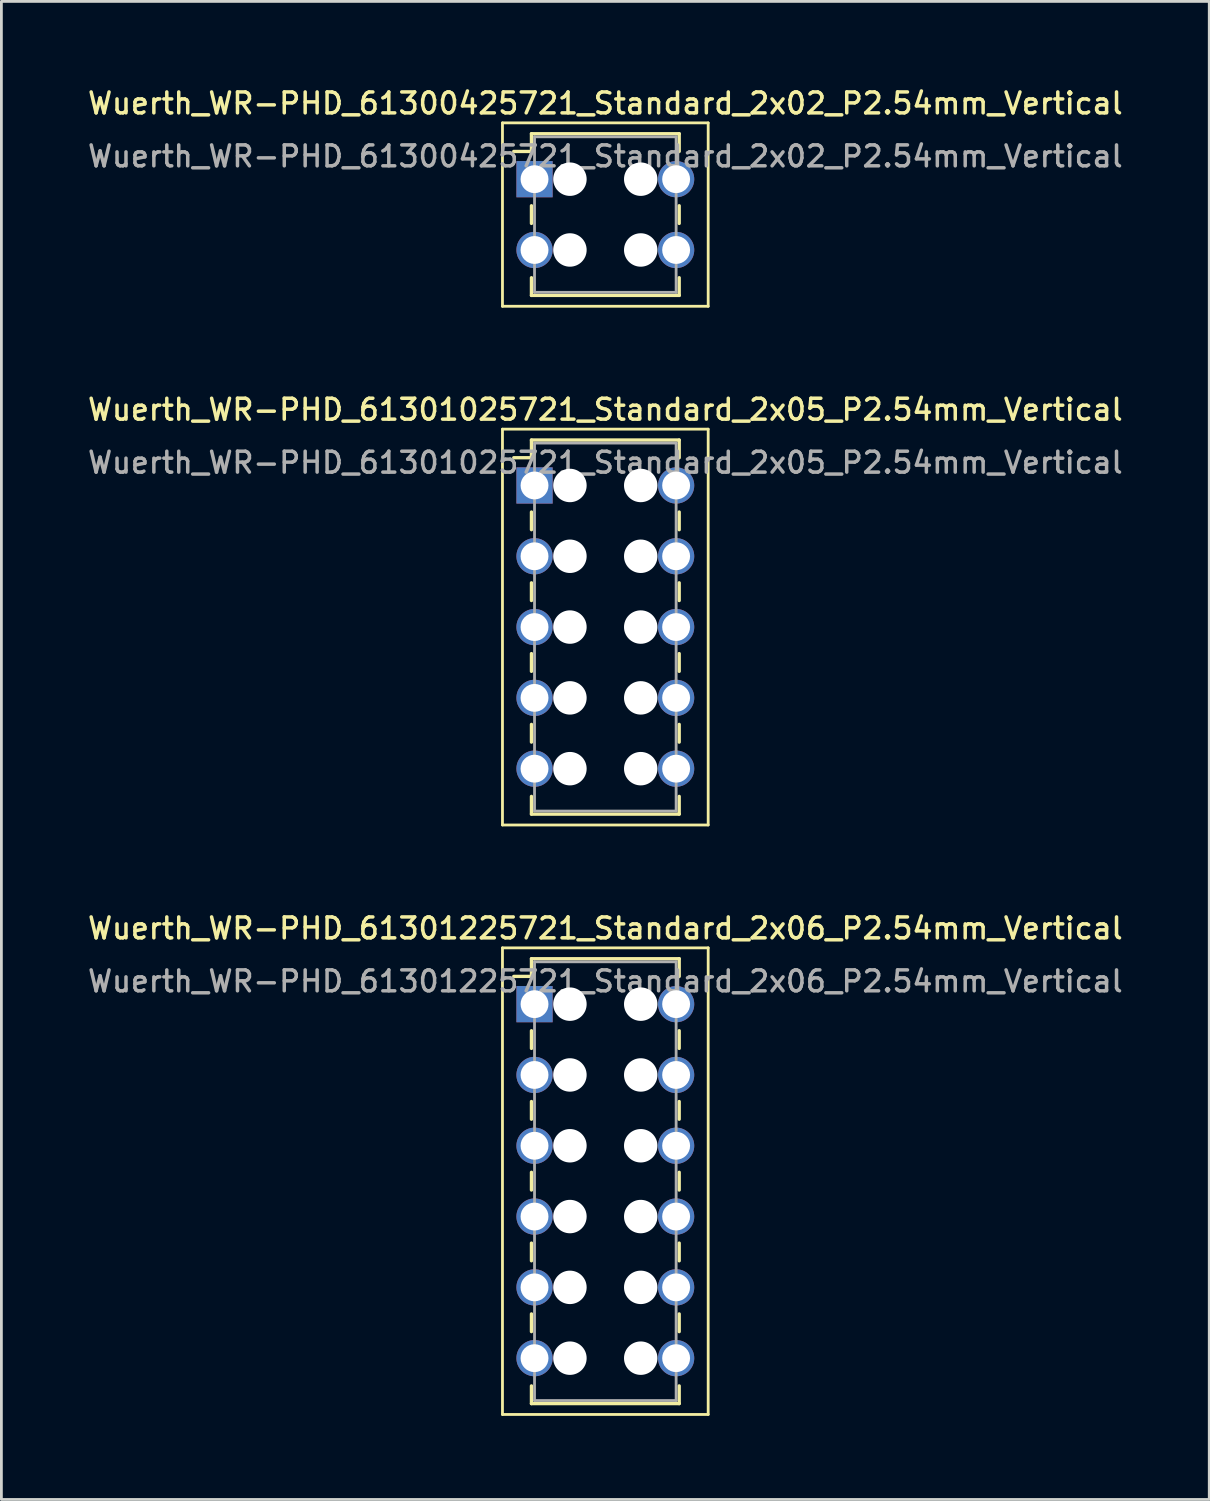
<source format=kicad_pcb>
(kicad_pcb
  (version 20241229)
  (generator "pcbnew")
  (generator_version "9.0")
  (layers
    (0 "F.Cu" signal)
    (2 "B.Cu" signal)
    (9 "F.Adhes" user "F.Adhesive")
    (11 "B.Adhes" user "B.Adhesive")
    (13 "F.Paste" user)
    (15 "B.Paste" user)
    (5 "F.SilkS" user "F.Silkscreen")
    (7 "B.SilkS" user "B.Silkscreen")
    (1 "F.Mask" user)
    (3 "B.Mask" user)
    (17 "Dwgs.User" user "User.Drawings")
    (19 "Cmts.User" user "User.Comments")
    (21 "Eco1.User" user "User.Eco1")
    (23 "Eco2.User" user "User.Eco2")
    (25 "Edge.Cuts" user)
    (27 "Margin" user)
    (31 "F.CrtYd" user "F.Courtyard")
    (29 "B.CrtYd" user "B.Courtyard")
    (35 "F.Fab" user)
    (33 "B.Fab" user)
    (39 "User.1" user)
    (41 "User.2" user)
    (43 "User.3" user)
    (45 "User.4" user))
  (footprint "Wuerth_WR-PHD_61301025721_Standard_2x05_P2.54mm_Vertical"
    (layer "F.Cu")
    (at 16.126 14.366)
    (property "Reference" "Wuerth_WR-PHD_61301025721_Standard_2x05_P2.54mm_Vertical" (at 2.54 -2.72 0) (layer "F.SilkS") (effects (font (size 0.75 0.75) (thickness 0.125))))
    (attr through_hole)
    (fp_line (start -1.15 -2.02) (end -1.15 12.18) (stroke (width 0.1) (type solid)) (layer "F.SilkS"))
    (fp_line (start -1.15 12.18) (end 6.23 12.18) (stroke (width 0.1) (type solid)) (layer "F.SilkS"))
    (fp_line (start -0.11 -1.63) (end -0.11 -0.995) (stroke (width 0.12) (type solid)) (layer "F.SilkS"))
    (fp_line (start -0.11 -1.63) (end 5.19 -1.63) (stroke (width 0.12) (type solid)) (layer "F.SilkS"))
    (fp_line (start -0.11 -0.995) (end -0.745 -0.995) (stroke (width 0.12) (type solid)) (layer "F.SilkS"))
    (fp_line (start -0.11 0.953) (end -0.11 1.587) (stroke (width 0.12) (type solid)) (layer "F.SilkS"))
    (fp_line (start -0.11 3.493) (end -0.11 4.128) (stroke (width 0.12) (type solid)) (layer "F.SilkS"))
    (fp_line (start -0.11 6.032) (end -0.11 6.668) (stroke (width 0.12) (type solid)) (layer "F.SilkS"))
    (fp_line (start -0.11 8.572) (end -0.11 9.207) (stroke (width 0.12) (type solid)) (layer "F.SilkS"))
    (fp_line (start -0.11 11.79) (end -0.11 11.155) (stroke (width 0.12) (type solid)) (layer "F.SilkS"))
    (fp_line (start -0.11 11.79) (end 5.19 11.79) (stroke (width 0.12) (type solid)) (layer "F.SilkS"))
    (fp_line (start 5.19 -1.63) (end 5.19 -0.995) (stroke (width 0.12) (type solid)) (layer "F.SilkS"))
    (fp_line (start 5.19 0.953) (end 5.19 1.587) (stroke (width 0.12) (type solid)) (layer "F.SilkS"))
    (fp_line (start 5.19 3.493) (end 5.19 4.128) (stroke (width 0.12) (type solid)) (layer "F.SilkS"))
    (fp_line (start 5.19 6.032) (end 5.19 6.668) (stroke (width 0.12) (type solid)) (layer "F.SilkS"))
    (fp_line (start 5.19 8.572) (end 5.19 9.207) (stroke (width 0.12) (type solid)) (layer "F.SilkS"))
    (fp_line (start 5.19 11.79) (end 5.19 11.155) (stroke (width 0.12) (type solid)) (layer "F.SilkS"))
    (fp_line (start 6.23 -2.02) (end -1.15 -2.02) (stroke (width 0.1) (type solid)) (layer "F.SilkS"))
    (fp_line (start 6.23 12.18) (end 6.23 -2.02) (stroke (width 0.1) (type solid)) (layer "F.SilkS"))
    (fp_line (start 0 -1.52) (end 0 11.68) (stroke (width 0.1) (type solid)) (layer "F.Fab"))
    (fp_line (start 0 11.68) (end 5.08 11.68) (stroke (width 0.1) (type solid)) (layer "F.Fab"))
    (fp_line (start 5.08 -1.52) (end 0 -1.52) (stroke (width 0.1) (type solid)) (layer "F.Fab"))
    (fp_line (start 5.08 11.68) (end 5.08 -1.52) (stroke (width 0.1) (type solid)) (layer "F.Fab"))
    (fp_text user "${REFERENCE}" (at 2.54 -0.82 0) (layer "F.Fab") (effects (font (size 0.75 0.75) (thickness 0.125))))
    (pad "" np_thru_hole circle (at 1.27 0) (size 1.2 1.2) (drill 1.2) (layers "*.Cu" "*.Mask"))
    (pad "" np_thru_hole circle (at 1.27 2.54) (size 1.2 1.2) (drill 1.2) (layers "*.Cu" "*.Mask"))
    (pad "" np_thru_hole circle (at 1.27 5.08) (size 1.2 1.2) (drill 1.2) (layers "*.Cu" "*.Mask"))
    (pad "" np_thru_hole circle (at 1.27 7.62) (size 1.2 1.2) (drill 1.2) (layers "*.Cu" "*.Mask"))
    (pad "" np_thru_hole circle (at 1.27 10.16) (size 1.2 1.2) (drill 1.2) (layers "*.Cu" "*.Mask"))
    (pad "" np_thru_hole circle (at 3.81 0) (size 1.2 1.2) (drill 1.2) (layers "*.Cu" "*.Mask"))
    (pad "" np_thru_hole circle (at 3.81 2.54) (size 1.2 1.2) (drill 1.2) (layers "*.Cu" "*.Mask"))
    (pad "" np_thru_hole circle (at 3.81 5.08) (size 1.2 1.2) (drill 1.2) (layers "*.Cu" "*.Mask"))
    (pad "" np_thru_hole circle (at 3.81 7.62) (size 1.2 1.2) (drill 1.2) (layers "*.Cu" "*.Mask"))
    (pad "" np_thru_hole circle (at 3.81 10.16) (size 1.2 1.2) (drill 1.2) (layers "*.Cu" "*.Mask"))
    (pad "1" thru_hole rect (at 0 0) (size 1.3 1.3) (drill 1) (layers "*.Cu" "*.Mask"))
    (pad "2" thru_hole circle (at 5.08 0) (size 1.3 1.3) (drill 1) (layers "*.Cu" "*.Mask"))
    (pad "3" thru_hole circle (at 0 2.54) (size 1.3 1.3) (drill 1) (layers "*.Cu" "*.Mask"))
    (pad "4" thru_hole circle (at 5.08 2.54) (size 1.3 1.3) (drill 1) (layers "*.Cu" "*.Mask"))
    (pad "5" thru_hole circle (at 0 5.08) (size 1.3 1.3) (drill 1) (layers "*.Cu" "*.Mask"))
    (pad "6" thru_hole circle (at 5.08 5.08) (size 1.3 1.3) (drill 1) (layers "*.Cu" "*.Mask"))
    (pad "7" thru_hole circle (at 0 7.62) (size 1.3 1.3) (drill 1) (layers "*.Cu" "*.Mask"))
    (pad "8" thru_hole circle (at 5.08 7.62) (size 1.3 1.3) (drill 1) (layers "*.Cu" "*.Mask"))
    (pad "9" thru_hole circle (at 0 10.16) (size 1.3 1.3) (drill 1) (layers "*.Cu" "*.Mask"))
    (pad "10" thru_hole circle (at 5.08 10.16) (size 1.3 1.3) (drill 1) (layers "*.Cu" "*.Mask")))
  (footprint "Wuerth_WR-PHD_61301225721_Standard_2x06_P2.54mm_Vertical"
    (layer "F.Cu")
    (at 16.126 32.974)
    (property "Reference" "Wuerth_WR-PHD_61301225721_Standard_2x06_P2.54mm_Vertical" (at 2.54 -2.72 0) (layer "F.SilkS") (effects (font (size 0.75 0.75) (thickness 0.125))))
    (attr through_hole)
    (fp_line (start -1.15 -2.02) (end -1.15 14.72) (stroke (width 0.1) (type solid)) (layer "F.SilkS"))
    (fp_line (start -1.15 14.72) (end 6.23 14.72) (stroke (width 0.1) (type solid)) (layer "F.SilkS"))
    (fp_line (start -0.11 -1.63) (end -0.11 -0.995) (stroke (width 0.12) (type solid)) (layer "F.SilkS"))
    (fp_line (start -0.11 -1.63) (end 5.19 -1.63) (stroke (width 0.12) (type solid)) (layer "F.SilkS"))
    (fp_line (start -0.11 -0.995) (end -0.745 -0.995) (stroke (width 0.12) (type solid)) (layer "F.SilkS"))
    (fp_line (start -0.11 0.953) (end -0.11 1.587) (stroke (width 0.12) (type solid)) (layer "F.SilkS"))
    (fp_line (start -0.11 3.493) (end -0.11 4.128) (stroke (width 0.12) (type solid)) (layer "F.SilkS"))
    (fp_line (start -0.11 6.032) (end -0.11 6.668) (stroke (width 0.12) (type solid)) (layer "F.SilkS"))
    (fp_line (start -0.11 8.572) (end -0.11 9.207) (stroke (width 0.12) (type solid)) (layer "F.SilkS"))
    (fp_line (start -0.11 11.113) (end -0.11 11.748) (stroke (width 0.12) (type solid)) (layer "F.SilkS"))
    (fp_line (start -0.11 14.33) (end -0.11 13.695) (stroke (width 0.12) (type solid)) (layer "F.SilkS"))
    (fp_line (start -0.11 14.33) (end 5.19 14.33) (stroke (width 0.12) (type solid)) (layer "F.SilkS"))
    (fp_line (start 5.19 -1.63) (end 5.19 -0.995) (stroke (width 0.12) (type solid)) (layer "F.SilkS"))
    (fp_line (start 5.19 0.953) (end 5.19 1.587) (stroke (width 0.12) (type solid)) (layer "F.SilkS"))
    (fp_line (start 5.19 3.493) (end 5.19 4.128) (stroke (width 0.12) (type solid)) (layer "F.SilkS"))
    (fp_line (start 5.19 6.032) (end 5.19 6.668) (stroke (width 0.12) (type solid)) (layer "F.SilkS"))
    (fp_line (start 5.19 8.572) (end 5.19 9.207) (stroke (width 0.12) (type solid)) (layer "F.SilkS"))
    (fp_line (start 5.19 11.113) (end 5.19 11.748) (stroke (width 0.12) (type solid)) (layer "F.SilkS"))
    (fp_line (start 5.19 14.33) (end 5.19 13.695) (stroke (width 0.12) (type solid)) (layer "F.SilkS"))
    (fp_line (start 6.23 -2.02) (end -1.15 -2.02) (stroke (width 0.1) (type solid)) (layer "F.SilkS"))
    (fp_line (start 6.23 14.72) (end 6.23 -2.02) (stroke (width 0.1) (type solid)) (layer "F.SilkS"))
    (fp_line (start 0 -1.52) (end 0 14.22) (stroke (width 0.1) (type solid)) (layer "F.Fab"))
    (fp_line (start 0 14.22) (end 5.08 14.22) (stroke (width 0.1) (type solid)) (layer "F.Fab"))
    (fp_line (start 5.08 -1.52) (end 0 -1.52) (stroke (width 0.1) (type solid)) (layer "F.Fab"))
    (fp_line (start 5.08 14.22) (end 5.08 -1.52) (stroke (width 0.1) (type solid)) (layer "F.Fab"))
    (fp_text user "${REFERENCE}" (at 2.54 -0.82 0) (layer "F.Fab") (effects (font (size 0.75 0.75) (thickness 0.125))))
    (pad "" np_thru_hole circle (at 1.27 0) (size 1.2 1.2) (drill 1.2) (layers "*.Cu" "*.Mask"))
    (pad "" np_thru_hole circle (at 1.27 2.54) (size 1.2 1.2) (drill 1.2) (layers "*.Cu" "*.Mask"))
    (pad "" np_thru_hole circle (at 1.27 5.08) (size 1.2 1.2) (drill 1.2) (layers "*.Cu" "*.Mask"))
    (pad "" np_thru_hole circle (at 1.27 7.62) (size 1.2 1.2) (drill 1.2) (layers "*.Cu" "*.Mask"))
    (pad "" np_thru_hole circle (at 1.27 10.16) (size 1.2 1.2) (drill 1.2) (layers "*.Cu" "*.Mask"))
    (pad "" np_thru_hole circle (at 1.27 12.7) (size 1.2 1.2) (drill 1.2) (layers "*.Cu" "*.Mask"))
    (pad "" np_thru_hole circle (at 3.81 0) (size 1.2 1.2) (drill 1.2) (layers "*.Cu" "*.Mask"))
    (pad "" np_thru_hole circle (at 3.81 2.54) (size 1.2 1.2) (drill 1.2) (layers "*.Cu" "*.Mask"))
    (pad "" np_thru_hole circle (at 3.81 5.08) (size 1.2 1.2) (drill 1.2) (layers "*.Cu" "*.Mask"))
    (pad "" np_thru_hole circle (at 3.81 7.62) (size 1.2 1.2) (drill 1.2) (layers "*.Cu" "*.Mask"))
    (pad "" np_thru_hole circle (at 3.81 10.16) (size 1.2 1.2) (drill 1.2) (layers "*.Cu" "*.Mask"))
    (pad "" np_thru_hole circle (at 3.81 12.7) (size 1.2 1.2) (drill 1.2) (layers "*.Cu" "*.Mask"))
    (pad "1" thru_hole rect (at 0 0) (size 1.3 1.3) (drill 1) (layers "*.Cu" "*.Mask"))
    (pad "2" thru_hole circle (at 5.08 0) (size 1.3 1.3) (drill 1) (layers "*.Cu" "*.Mask"))
    (pad "3" thru_hole circle (at 0 2.54) (size 1.3 1.3) (drill 1) (layers "*.Cu" "*.Mask"))
    (pad "4" thru_hole circle (at 5.08 2.54) (size 1.3 1.3) (drill 1) (layers "*.Cu" "*.Mask"))
    (pad "5" thru_hole circle (at 0 5.08) (size 1.3 1.3) (drill 1) (layers "*.Cu" "*.Mask"))
    (pad "6" thru_hole circle (at 5.08 5.08) (size 1.3 1.3) (drill 1) (layers "*.Cu" "*.Mask"))
    (pad "7" thru_hole circle (at 0 7.62) (size 1.3 1.3) (drill 1) (layers "*.Cu" "*.Mask"))
    (pad "8" thru_hole circle (at 5.08 7.62) (size 1.3 1.3) (drill 1) (layers "*.Cu" "*.Mask"))
    (pad "9" thru_hole circle (at 0 10.16) (size 1.3 1.3) (drill 1) (layers "*.Cu" "*.Mask"))
    (pad "10" thru_hole circle (at 5.08 10.16) (size 1.3 1.3) (drill 1) (layers "*.Cu" "*.Mask"))
    (pad "11" thru_hole circle (at 0 12.7) (size 1.3 1.3) (drill 1) (layers "*.Cu" "*.Mask"))
    (pad "12" thru_hole circle (at 5.08 12.7) (size 1.3 1.3) (drill 1) (layers "*.Cu" "*.Mask")))
  (footprint "Wuerth_WR-PHD_61300425721_Standard_2x02_P2.54mm_Vertical"
    (layer "F.Cu")
    (at 16.126 3.378)
    (property "Reference" "Wuerth_WR-PHD_61300425721_Standard_2x02_P2.54mm_Vertical" (at 2.54 -2.72 0) (layer "F.SilkS") (effects (font (size 0.75 0.75) (thickness 0.125))))
    (attr through_hole)
    (fp_line (start -1.15 -2.02) (end -1.15 4.56) (stroke (width 0.1) (type solid)) (layer "F.SilkS"))
    (fp_line (start -1.15 4.56) (end 6.23 4.56) (stroke (width 0.1) (type solid)) (layer "F.SilkS"))
    (fp_line (start -0.11 -1.63) (end -0.11 -0.995) (stroke (width 0.12) (type solid)) (layer "F.SilkS"))
    (fp_line (start -0.11 -1.63) (end 5.19 -1.63) (stroke (width 0.12) (type solid)) (layer "F.SilkS"))
    (fp_line (start -0.11 -0.995) (end -0.745 -0.995) (stroke (width 0.12) (type solid)) (layer "F.SilkS"))
    (fp_line (start -0.11 0.953) (end -0.11 1.587) (stroke (width 0.12) (type solid)) (layer "F.SilkS"))
    (fp_line (start -0.11 4.17) (end -0.11 3.535) (stroke (width 0.12) (type solid)) (layer "F.SilkS"))
    (fp_line (start -0.11 4.17) (end 5.19 4.17) (stroke (width 0.12) (type solid)) (layer "F.SilkS"))
    (fp_line (start 5.19 -1.63) (end 5.19 -0.995) (stroke (width 0.12) (type solid)) (layer "F.SilkS"))
    (fp_line (start 5.19 0.953) (end 5.19 1.587) (stroke (width 0.12) (type solid)) (layer "F.SilkS"))
    (fp_line (start 5.19 4.17) (end 5.19 3.535) (stroke (width 0.12) (type solid)) (layer "F.SilkS"))
    (fp_line (start 6.23 -2.02) (end -1.15 -2.02) (stroke (width 0.1) (type solid)) (layer "F.SilkS"))
    (fp_line (start 6.23 4.56) (end 6.23 -2.02) (stroke (width 0.1) (type solid)) (layer "F.SilkS"))
    (fp_line (start 0 -1.52) (end 0 4.06) (stroke (width 0.1) (type solid)) (layer "F.Fab"))
    (fp_line (start 0 4.06) (end 5.08 4.06) (stroke (width 0.1) (type solid)) (layer "F.Fab"))
    (fp_line (start 5.08 -1.52) (end 0 -1.52) (stroke (width 0.1) (type solid)) (layer "F.Fab"))
    (fp_line (start 5.08 4.06) (end 5.08 -1.52) (stroke (width 0.1) (type solid)) (layer "F.Fab"))
    (fp_text user "${REFERENCE}" (at 2.54 -0.82 0) (layer "F.Fab") (effects (font (size 0.75 0.75) (thickness 0.125))))
    (pad "" np_thru_hole circle (at 1.27 0) (size 1.2 1.2) (drill 1.2) (layers "*.Cu" "*.Mask"))
    (pad "" np_thru_hole circle (at 1.27 2.54) (size 1.2 1.2) (drill 1.2) (layers "*.Cu" "*.Mask"))
    (pad "" np_thru_hole circle (at 3.81 0) (size 1.2 1.2) (drill 1.2) (layers "*.Cu" "*.Mask"))
    (pad "" np_thru_hole circle (at 3.81 2.54) (size 1.2 1.2) (drill 1.2) (layers "*.Cu" "*.Mask"))
    (pad "1" thru_hole rect (at 0 0) (size 1.3 1.3) (drill 1) (layers "*.Cu" "*.Mask"))
    (pad "2" thru_hole circle (at 5.08 0) (size 1.3 1.3) (drill 1) (layers "*.Cu" "*.Mask"))
    (pad "3" thru_hole circle (at 0 2.54) (size 1.3 1.3) (drill 1) (layers "*.Cu" "*.Mask"))
    (pad "4" thru_hole circle (at 5.08 2.54) (size 1.3 1.3) (drill 1) (layers "*.Cu" "*.Mask")))
  (gr_rect
    (start -3 -3)
    (end 40.332 50.744)
    (stroke (width 0.1) (type default))
    (fill no)
    (layer "Edge.Cuts")))
</source>
